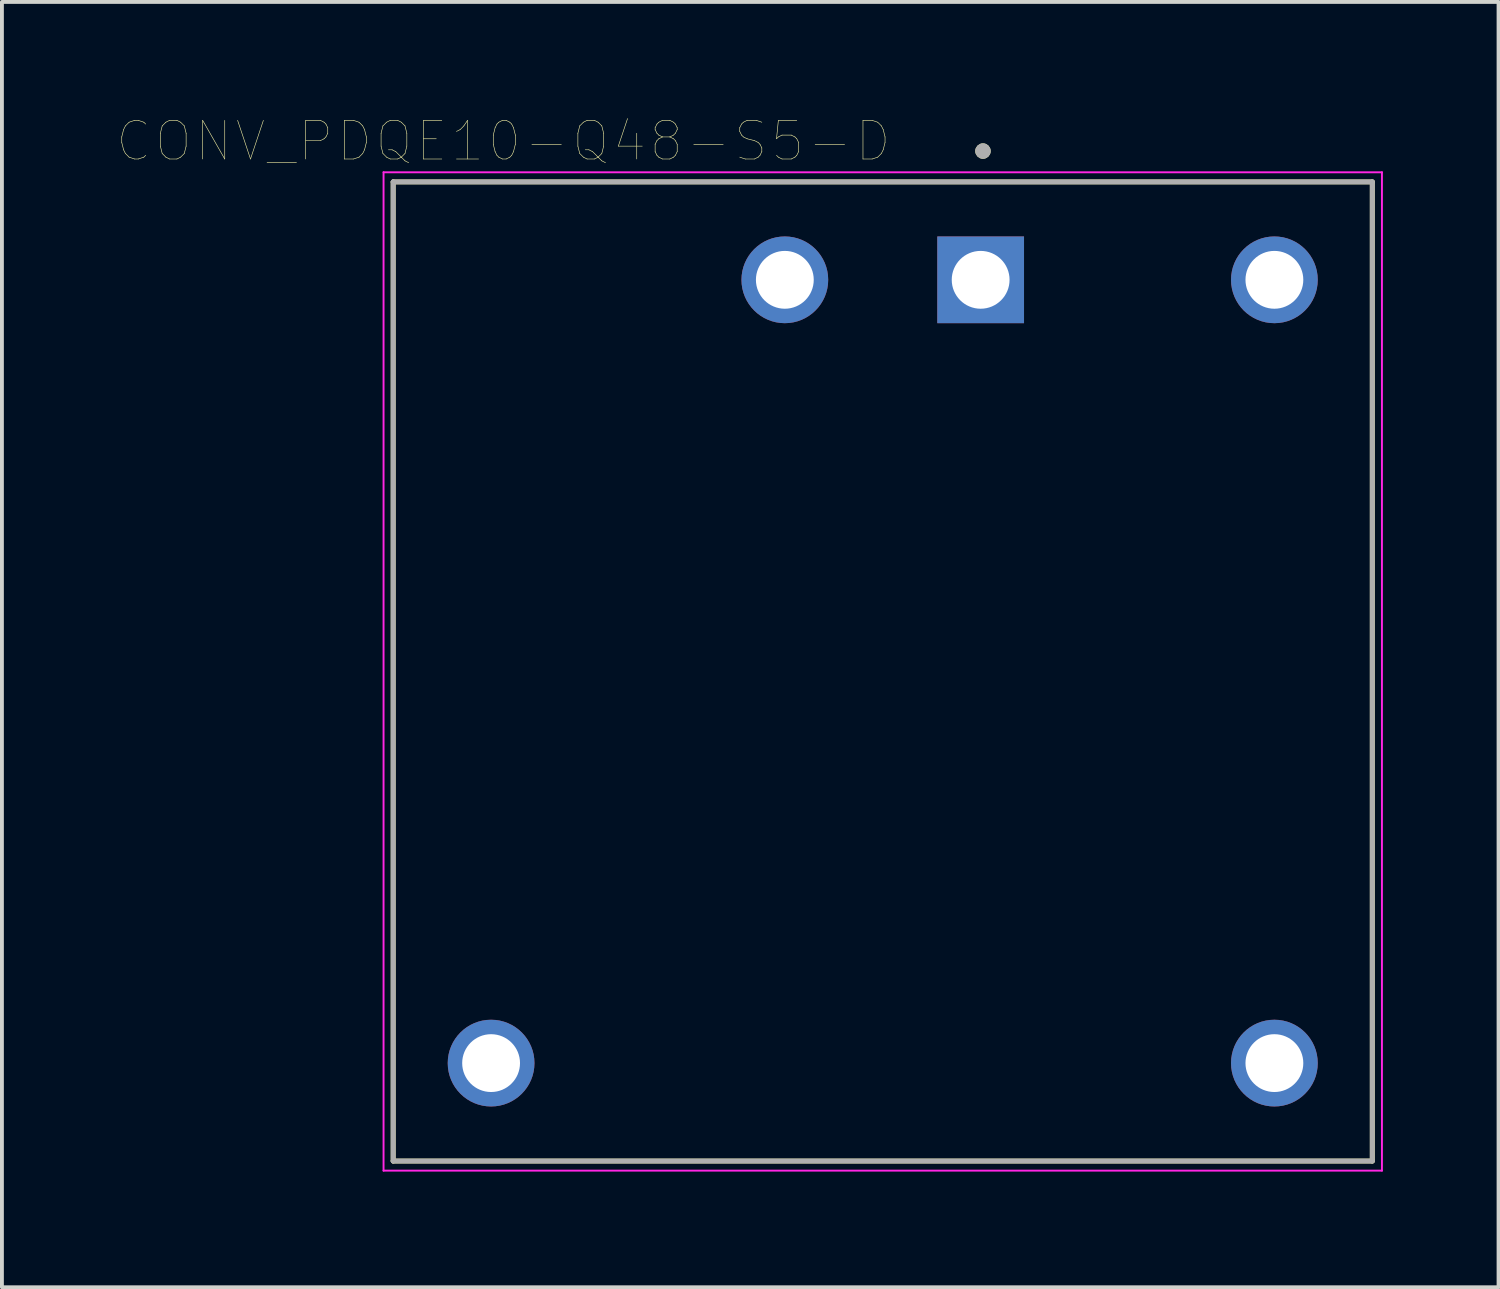
<source format=kicad_pcb>
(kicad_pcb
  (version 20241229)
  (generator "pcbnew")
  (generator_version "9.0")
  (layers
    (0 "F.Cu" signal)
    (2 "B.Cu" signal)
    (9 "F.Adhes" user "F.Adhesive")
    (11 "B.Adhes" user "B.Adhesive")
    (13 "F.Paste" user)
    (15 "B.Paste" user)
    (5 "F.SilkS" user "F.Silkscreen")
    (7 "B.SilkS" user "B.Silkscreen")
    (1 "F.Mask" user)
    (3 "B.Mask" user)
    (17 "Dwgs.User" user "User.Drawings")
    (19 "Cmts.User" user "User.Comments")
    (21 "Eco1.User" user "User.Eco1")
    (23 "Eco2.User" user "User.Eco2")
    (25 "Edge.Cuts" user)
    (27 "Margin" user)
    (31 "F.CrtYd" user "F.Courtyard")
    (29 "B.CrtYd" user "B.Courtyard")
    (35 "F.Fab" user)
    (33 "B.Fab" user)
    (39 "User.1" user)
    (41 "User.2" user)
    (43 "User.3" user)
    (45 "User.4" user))
  (footprint "CONV_PDQE10-Q48-S5-D"
    (layer "F.Cu")
    (at 19.85 14.369)
    (property "Reference" "CONV_PDQE10-Q48-S5-D" (at -9.841 -13.757 0) (layer "F.SilkS") (effects (font (size 1.002 1.002) (thickness 0.015))))
    (attr through_hole)
    (fp_line (start -12.7 -12.7) (end 12.7 -12.7) (stroke (width 0.127) (type solid)) (layer "F.SilkS"))
    (fp_line (start -12.7 12.7) (end -12.7 -12.7) (stroke (width 0.127) (type solid)) (layer "F.SilkS"))
    (fp_line (start 12.7 -12.7) (end 12.7 12.7) (stroke (width 0.127) (type solid)) (layer "F.SilkS"))
    (fp_line (start 12.7 12.7) (end -12.7 12.7) (stroke (width 0.127) (type solid)) (layer "F.SilkS"))
    (fp_circle (center 2.6 -13.5) (end 2.7 -13.5) (stroke (width 0.2) (type solid)) (fill no) (layer "F.SilkS"))
    (fp_line (start -12.95 -12.95) (end 12.95 -12.95) (stroke (width 0.05) (type solid)) (layer "F.CrtYd"))
    (fp_line (start -12.95 12.95) (end -12.95 -12.95) (stroke (width 0.05) (type solid)) (layer "F.CrtYd"))
    (fp_line (start 12.95 -12.95) (end 12.95 12.95) (stroke (width 0.05) (type solid)) (layer "F.CrtYd"))
    (fp_line (start 12.95 12.95) (end -12.95 12.95) (stroke (width 0.05) (type solid)) (layer "F.CrtYd"))
    (fp_line (start -12.7 -12.7) (end 12.7 -12.7) (stroke (width 0.127) (type solid)) (layer "F.Fab"))
    (fp_line (start -12.7 12.7) (end -12.7 -12.7) (stroke (width 0.127) (type solid)) (layer "F.Fab"))
    (fp_line (start 12.7 -12.7) (end 12.7 12.7) (stroke (width 0.127) (type solid)) (layer "F.Fab"))
    (fp_line (start 12.7 12.7) (end -12.7 12.7) (stroke (width 0.127) (type solid)) (layer "F.Fab"))
    (fp_circle (center 2.6 -13.5) (end 2.7 -13.5) (stroke (width 0.2) (type solid)) (fill no) (layer "F.Fab"))
    (pad "1" thru_hole rect (at 2.54 -10.16) (size 2.25 2.25) (drill 1.5) (layers "*.Cu" "*.Mask"))
    (pad "2" thru_hole circle (at -2.54 -10.16) (size 2.25 2.25) (drill 1.5) (layers "*.Cu" "*.Mask"))
    (pad "3" thru_hole circle (at -10.16 10.16) (size 2.25 2.25) (drill 1.5) (layers "*.Cu" "*.Mask"))
    (pad "5" thru_hole circle (at 10.16 10.16) (size 2.25 2.25) (drill 1.5) (layers "*.Cu" "*.Mask"))
    (pad "6" thru_hole circle (at 10.16 -10.16) (size 2.25 2.25) (drill 1.5) (layers "*.Cu" "*.Mask")))
  (gr_rect
    (start -3 -3)
    (end 35.825 30.344)
    (stroke (width 0.1) (type default))
    (fill no)
    (layer "Edge.Cuts")))
</source>
